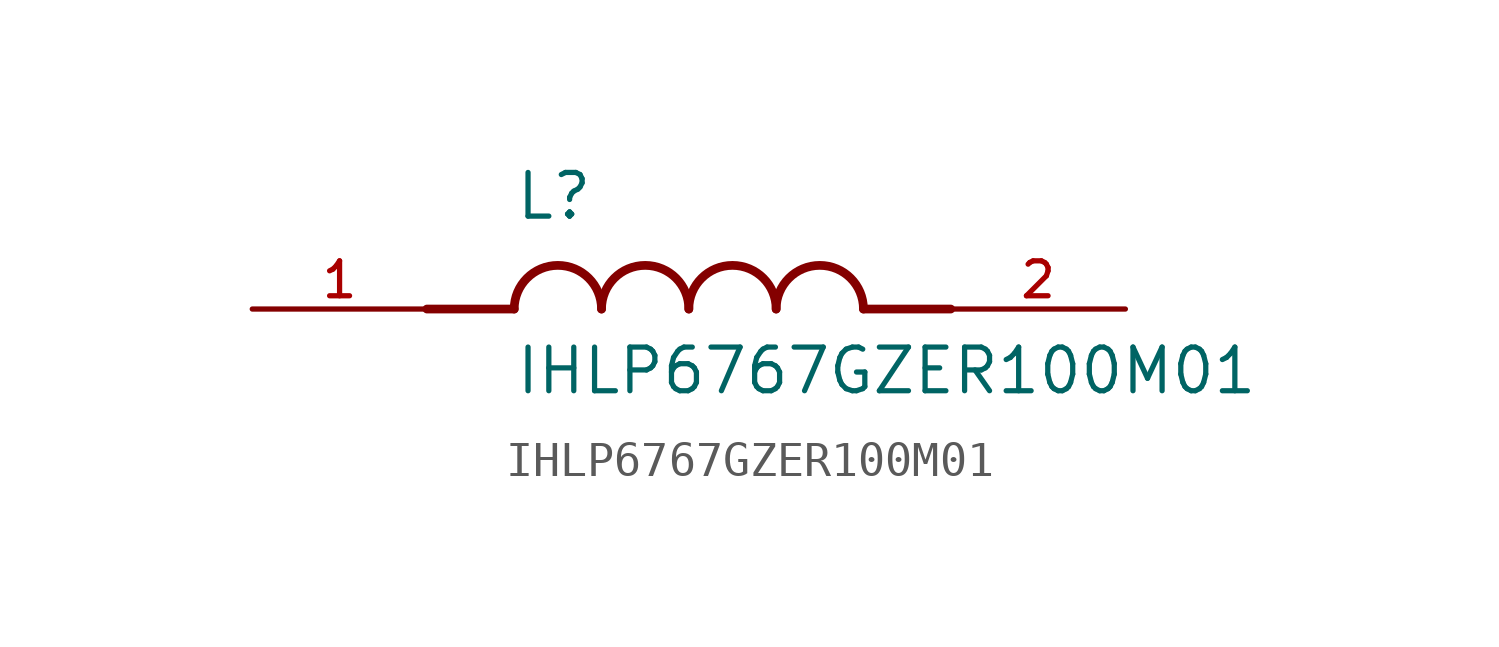
<source format=kicad_sym>
(kicad_symbol_lib
  (version 20211014)
  (generator kicad_symbol_editor)
  (symbol "IHLP6767GZER100M01"
    (pin_names
      (offset 1.016))
    (property "Reference" "L"
      (at -5.08 2.54 0)
      (effects (font (size 1.27 1.27)) (justify bottom left)))
    (property "Value" "IHLP6767GZER100M01"
      (at -5.08 -2.54 0)
      (effects (font (size 1.27 1.27)) (justify bottom left)))
    (symbol "IHLP6767GZER100M01_0_0"
      (polyline (pts (xy -5.08 0.0) (xy -7.62 0.0)) (stroke (width 0.254)))
      (polyline (pts (xy 5.08 0.0) (xy 7.62 0.0)) (stroke (width 0.254)))
      (arc (start -2.54 0.0) (mid -3.81 1.27) (end -5.08 0.0) (stroke (width 0.254) (type default) (color 0 0 0 0)) (fill (type none)))
      (arc (start 0.0 0.0) (mid -1.27 1.27) (end -2.54 0.0) (stroke (width 0.254) (type default) (color 0 0 0 0)) (fill (type none)))
      (arc (start 2.54 0.0) (mid 1.27 1.27) (end 0.0 0.0) (stroke (width 0.254) (type default) (color 0 0 0 0)) (fill (type none)))
      (arc (start 5.08 0.0) (mid 3.81 1.27) (end 2.54 0.0) (stroke (width 0.254) (type default) (color 0 0 0 0)) (fill (type none)))
      (pin passive line (at -12.7 0.0 0) (length 5.08) (name "~" (effects (font (size 1.016 1.016)))) (number "1" (effects (font (size 1.016 1.016)))))
      (pin passive line (at 12.7 0.0 180.0) (length 5.08) (name "~" (effects (font (size 1.016 1.016)))) (number "2" (effects (font (size 1.016 1.016))))))))
</source>
